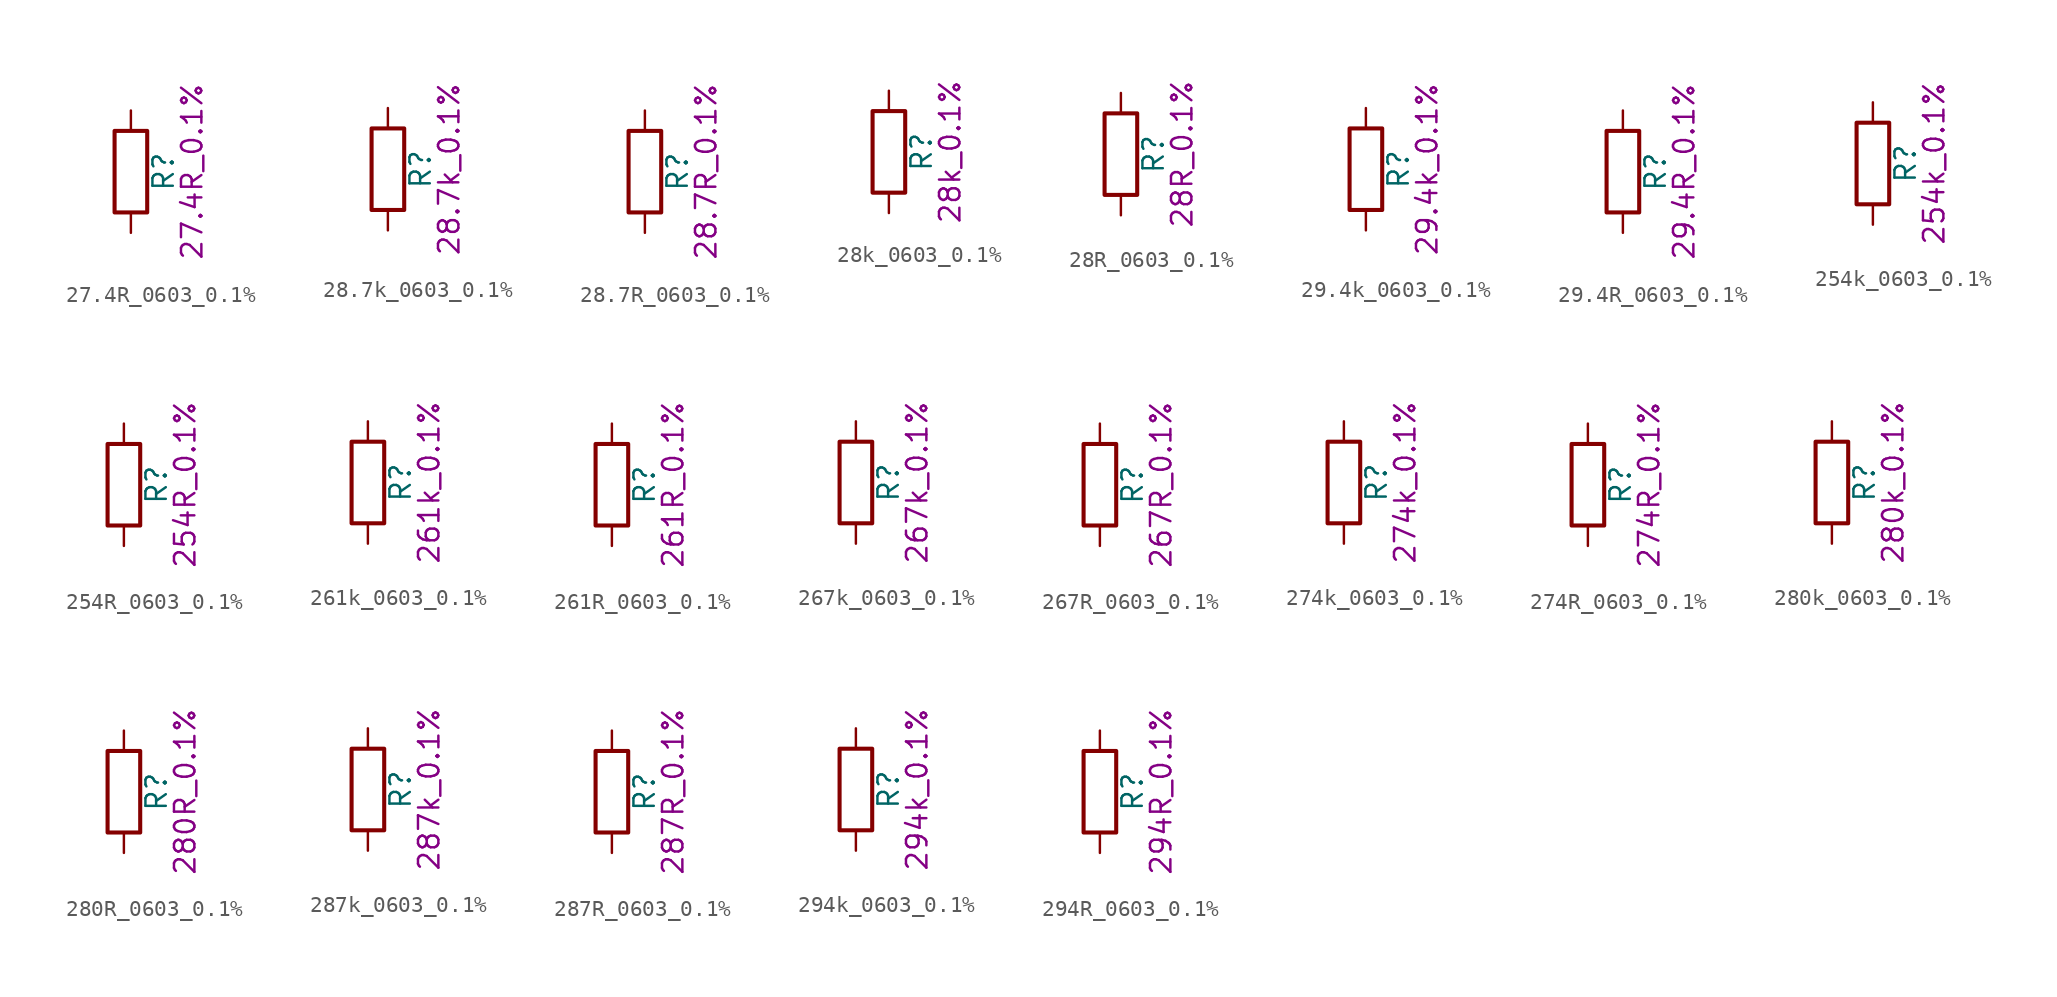
<source format=kicad_sym>
(kicad_symbol_lib
  (version 20211014)
  (generator kicad_symbol_editor)
  (symbol "27.4R_0603_0.1%"
    (pin_numbers hide)
    (pin_names
      (offset 0))
    (property "Reference" "R"
      (at 2.032 0 90)
      (effects (font (size 1.27 1.27))))
    (property "Display" "27.4R_0.1%"
      (at 3.81 0 90)
      (effects (font (size 1.27 1.27))))
    (symbol "27.4R_0603_0.1%_0_1"
      (rectangle (start -1.016 -2.54) (end 1.016 2.54) (stroke (width 0.254) (type default) (color 0 0 0 0)) (fill (type none))))
    (symbol "27.4R_0603_0.1%_1_1"
      (pin passive line (at 0 3.81 270) (length 1.27) (name "~" (effects (font (size 1.27 1.27)))) (number "1" (effects (font (size 1.27 1.27)))))
      (pin passive line (at 0 -3.81 90) (length 1.27) (name "~" (effects (font (size 1.27 1.27)))) (number "2" (effects (font (size 1.27 1.27)))))))
  (symbol "28.7k_0603_0.1%"
    (pin_numbers hide)
    (pin_names
      (offset 0))
    (property "Reference" "R"
      (at 2.032 0 90)
      (effects (font (size 1.27 1.27))))
    (property "Display" "28.7k_0.1%"
      (at 3.81 0 90)
      (effects (font (size 1.27 1.27))))
    (symbol "28.7k_0603_0.1%_0_1"
      (rectangle (start -1.016 -2.54) (end 1.016 2.54) (stroke (width 0.254) (type default) (color 0 0 0 0)) (fill (type none))))
    (symbol "28.7k_0603_0.1%_1_1"
      (pin passive line (at 0 3.81 270) (length 1.27) (name "~" (effects (font (size 1.27 1.27)))) (number "1" (effects (font (size 1.27 1.27)))))
      (pin passive line (at 0 -3.81 90) (length 1.27) (name "~" (effects (font (size 1.27 1.27)))) (number "2" (effects (font (size 1.27 1.27)))))))
  (symbol "28.7R_0603_0.1%"
    (pin_numbers hide)
    (pin_names
      (offset 0))
    (property "Reference" "R"
      (at 2.032 0 90)
      (effects (font (size 1.27 1.27))))
    (property "Display" "28.7R_0.1%"
      (at 3.81 0 90)
      (effects (font (size 1.27 1.27))))
    (symbol "28.7R_0603_0.1%_0_1"
      (rectangle (start -1.016 -2.54) (end 1.016 2.54) (stroke (width 0.254) (type default) (color 0 0 0 0)) (fill (type none))))
    (symbol "28.7R_0603_0.1%_1_1"
      (pin passive line (at 0 3.81 270) (length 1.27) (name "~" (effects (font (size 1.27 1.27)))) (number "1" (effects (font (size 1.27 1.27)))))
      (pin passive line (at 0 -3.81 90) (length 1.27) (name "~" (effects (font (size 1.27 1.27)))) (number "2" (effects (font (size 1.27 1.27)))))))
  (symbol "28k_0603_0.1%"
    (pin_numbers hide)
    (pin_names
      (offset 0))
    (property "Reference" "R"
      (at 2.032 0 90)
      (effects (font (size 1.27 1.27))))
    (property "Display" "28k_0.1%"
      (at 3.81 0 90)
      (effects (font (size 1.27 1.27))))
    (symbol "28k_0603_0.1%_0_1"
      (rectangle (start -1.016 -2.54) (end 1.016 2.54) (stroke (width 0.254) (type default) (color 0 0 0 0)) (fill (type none))))
    (symbol "28k_0603_0.1%_1_1"
      (pin passive line (at 0 3.81 270) (length 1.27) (name "~" (effects (font (size 1.27 1.27)))) (number "1" (effects (font (size 1.27 1.27)))))
      (pin passive line (at 0 -3.81 90) (length 1.27) (name "~" (effects (font (size 1.27 1.27)))) (number "2" (effects (font (size 1.27 1.27)))))))
  (symbol "28R_0603_0.1%"
    (pin_numbers hide)
    (pin_names
      (offset 0))
    (property "Reference" "R"
      (at 2.032 0 90)
      (effects (font (size 1.27 1.27))))
    (property "Display" "28R_0.1%"
      (at 3.81 0 90)
      (effects (font (size 1.27 1.27))))
    (symbol "28R_0603_0.1%_0_1"
      (rectangle (start -1.016 -2.54) (end 1.016 2.54) (stroke (width 0.254) (type default) (color 0 0 0 0)) (fill (type none))))
    (symbol "28R_0603_0.1%_1_1"
      (pin passive line (at 0 3.81 270) (length 1.27) (name "~" (effects (font (size 1.27 1.27)))) (number "1" (effects (font (size 1.27 1.27)))))
      (pin passive line (at 0 -3.81 90) (length 1.27) (name "~" (effects (font (size 1.27 1.27)))) (number "2" (effects (font (size 1.27 1.27)))))))
  (symbol "29.4k_0603_0.1%"
    (pin_numbers hide)
    (pin_names
      (offset 0))
    (property "Reference" "R"
      (at 2.032 0 90)
      (effects (font (size 1.27 1.27))))
    (property "Display" "29.4k_0.1%"
      (at 3.81 0 90)
      (effects (font (size 1.27 1.27))))
    (symbol "29.4k_0603_0.1%_0_1"
      (rectangle (start -1.016 -2.54) (end 1.016 2.54) (stroke (width 0.254) (type default) (color 0 0 0 0)) (fill (type none))))
    (symbol "29.4k_0603_0.1%_1_1"
      (pin passive line (at 0 3.81 270) (length 1.27) (name "~" (effects (font (size 1.27 1.27)))) (number "1" (effects (font (size 1.27 1.27)))))
      (pin passive line (at 0 -3.81 90) (length 1.27) (name "~" (effects (font (size 1.27 1.27)))) (number "2" (effects (font (size 1.27 1.27)))))))
  (symbol "29.4R_0603_0.1%"
    (pin_numbers hide)
    (pin_names
      (offset 0))
    (property "Reference" "R"
      (at 2.032 0 90)
      (effects (font (size 1.27 1.27))))
    (property "Display" "29.4R_0.1%"
      (at 3.81 0 90)
      (effects (font (size 1.27 1.27))))
    (symbol "29.4R_0603_0.1%_0_1"
      (rectangle (start -1.016 -2.54) (end 1.016 2.54) (stroke (width 0.254) (type default) (color 0 0 0 0)) (fill (type none))))
    (symbol "29.4R_0603_0.1%_1_1"
      (pin passive line (at 0 3.81 270) (length 1.27) (name "~" (effects (font (size 1.27 1.27)))) (number "1" (effects (font (size 1.27 1.27)))))
      (pin passive line (at 0 -3.81 90) (length 1.27) (name "~" (effects (font (size 1.27 1.27)))) (number "2" (effects (font (size 1.27 1.27)))))))
  (symbol "254k_0603_0.1%"
    (pin_numbers hide)
    (pin_names
      (offset 0))
    (property "Reference" "R"
      (at 2.032 0 90)
      (effects (font (size 1.27 1.27))))
    (property "Display" "254k_0.1%"
      (at 3.81 0 90)
      (effects (font (size 1.27 1.27))))
    (symbol "254k_0603_0.1%_0_1"
      (rectangle (start -1.016 -2.54) (end 1.016 2.54) (stroke (width 0.254) (type default) (color 0 0 0 0)) (fill (type none))))
    (symbol "254k_0603_0.1%_1_1"
      (pin passive line (at 0 3.81 270) (length 1.27) (name "~" (effects (font (size 1.27 1.27)))) (number "1" (effects (font (size 1.27 1.27)))))
      (pin passive line (at 0 -3.81 90) (length 1.27) (name "~" (effects (font (size 1.27 1.27)))) (number "2" (effects (font (size 1.27 1.27)))))))
  (symbol "254R_0603_0.1%"
    (pin_numbers hide)
    (pin_names
      (offset 0))
    (property "Reference" "R"
      (at 2.032 0 90)
      (effects (font (size 1.27 1.27))))
    (property "Display" "254R_0.1%"
      (at 3.81 0 90)
      (effects (font (size 1.27 1.27))))
    (symbol "254R_0603_0.1%_0_1"
      (rectangle (start -1.016 -2.54) (end 1.016 2.54) (stroke (width 0.254) (type default) (color 0 0 0 0)) (fill (type none))))
    (symbol "254R_0603_0.1%_1_1"
      (pin passive line (at 0 3.81 270) (length 1.27) (name "~" (effects (font (size 1.27 1.27)))) (number "1" (effects (font (size 1.27 1.27)))))
      (pin passive line (at 0 -3.81 90) (length 1.27) (name "~" (effects (font (size 1.27 1.27)))) (number "2" (effects (font (size 1.27 1.27)))))))
  (symbol "261k_0603_0.1%"
    (pin_numbers hide)
    (pin_names
      (offset 0))
    (property "Reference" "R"
      (at 2.032 0 90)
      (effects (font (size 1.27 1.27))))
    (property "Display" "261k_0.1%"
      (at 3.81 0 90)
      (effects (font (size 1.27 1.27))))
    (symbol "261k_0603_0.1%_0_1"
      (rectangle (start -1.016 -2.54) (end 1.016 2.54) (stroke (width 0.254) (type default) (color 0 0 0 0)) (fill (type none))))
    (symbol "261k_0603_0.1%_1_1"
      (pin passive line (at 0 3.81 270) (length 1.27) (name "~" (effects (font (size 1.27 1.27)))) (number "1" (effects (font (size 1.27 1.27)))))
      (pin passive line (at 0 -3.81 90) (length 1.27) (name "~" (effects (font (size 1.27 1.27)))) (number "2" (effects (font (size 1.27 1.27)))))))
  (symbol "261R_0603_0.1%"
    (pin_numbers hide)
    (pin_names
      (offset 0))
    (property "Reference" "R"
      (at 2.032 0 90)
      (effects (font (size 1.27 1.27))))
    (property "Display" "261R_0.1%"
      (at 3.81 0 90)
      (effects (font (size 1.27 1.27))))
    (symbol "261R_0603_0.1%_0_1"
      (rectangle (start -1.016 -2.54) (end 1.016 2.54) (stroke (width 0.254) (type default) (color 0 0 0 0)) (fill (type none))))
    (symbol "261R_0603_0.1%_1_1"
      (pin passive line (at 0 3.81 270) (length 1.27) (name "~" (effects (font (size 1.27 1.27)))) (number "1" (effects (font (size 1.27 1.27)))))
      (pin passive line (at 0 -3.81 90) (length 1.27) (name "~" (effects (font (size 1.27 1.27)))) (number "2" (effects (font (size 1.27 1.27)))))))
  (symbol "267k_0603_0.1%"
    (pin_numbers hide)
    (pin_names
      (offset 0))
    (property "Reference" "R"
      (at 2.032 0 90)
      (effects (font (size 1.27 1.27))))
    (property "Display" "267k_0.1%"
      (at 3.81 0 90)
      (effects (font (size 1.27 1.27))))
    (symbol "267k_0603_0.1%_0_1"
      (rectangle (start -1.016 -2.54) (end 1.016 2.54) (stroke (width 0.254) (type default) (color 0 0 0 0)) (fill (type none))))
    (symbol "267k_0603_0.1%_1_1"
      (pin passive line (at 0 3.81 270) (length 1.27) (name "~" (effects (font (size 1.27 1.27)))) (number "1" (effects (font (size 1.27 1.27)))))
      (pin passive line (at 0 -3.81 90) (length 1.27) (name "~" (effects (font (size 1.27 1.27)))) (number "2" (effects (font (size 1.27 1.27)))))))
  (symbol "267R_0603_0.1%"
    (pin_numbers hide)
    (pin_names
      (offset 0))
    (property "Reference" "R"
      (at 2.032 0 90)
      (effects (font (size 1.27 1.27))))
    (property "Display" "267R_0.1%"
      (at 3.81 0 90)
      (effects (font (size 1.27 1.27))))
    (symbol "267R_0603_0.1%_0_1"
      (rectangle (start -1.016 -2.54) (end 1.016 2.54) (stroke (width 0.254) (type default) (color 0 0 0 0)) (fill (type none))))
    (symbol "267R_0603_0.1%_1_1"
      (pin passive line (at 0 3.81 270) (length 1.27) (name "~" (effects (font (size 1.27 1.27)))) (number "1" (effects (font (size 1.27 1.27)))))
      (pin passive line (at 0 -3.81 90) (length 1.27) (name "~" (effects (font (size 1.27 1.27)))) (number "2" (effects (font (size 1.27 1.27)))))))
  (symbol "274k_0603_0.1%"
    (pin_numbers hide)
    (pin_names
      (offset 0))
    (property "Reference" "R"
      (at 2.032 0 90)
      (effects (font (size 1.27 1.27))))
    (property "Display" "274k_0.1%"
      (at 3.81 0 90)
      (effects (font (size 1.27 1.27))))
    (symbol "274k_0603_0.1%_0_1"
      (rectangle (start -1.016 -2.54) (end 1.016 2.54) (stroke (width 0.254) (type default) (color 0 0 0 0)) (fill (type none))))
    (symbol "274k_0603_0.1%_1_1"
      (pin passive line (at 0 3.81 270) (length 1.27) (name "~" (effects (font (size 1.27 1.27)))) (number "1" (effects (font (size 1.27 1.27)))))
      (pin passive line (at 0 -3.81 90) (length 1.27) (name "~" (effects (font (size 1.27 1.27)))) (number "2" (effects (font (size 1.27 1.27)))))))
  (symbol "274R_0603_0.1%"
    (pin_numbers hide)
    (pin_names
      (offset 0))
    (property "Reference" "R"
      (at 2.032 0 90)
      (effects (font (size 1.27 1.27))))
    (property "Display" "274R_0.1%"
      (at 3.81 0 90)
      (effects (font (size 1.27 1.27))))
    (symbol "274R_0603_0.1%_0_1"
      (rectangle (start -1.016 -2.54) (end 1.016 2.54) (stroke (width 0.254) (type default) (color 0 0 0 0)) (fill (type none))))
    (symbol "274R_0603_0.1%_1_1"
      (pin passive line (at 0 3.81 270) (length 1.27) (name "~" (effects (font (size 1.27 1.27)))) (number "1" (effects (font (size 1.27 1.27)))))
      (pin passive line (at 0 -3.81 90) (length 1.27) (name "~" (effects (font (size 1.27 1.27)))) (number "2" (effects (font (size 1.27 1.27)))))))
  (symbol "280k_0603_0.1%"
    (pin_numbers hide)
    (pin_names
      (offset 0))
    (property "Reference" "R"
      (at 2.032 0 90)
      (effects (font (size 1.27 1.27))))
    (property "Display" "280k_0.1%"
      (at 3.81 0 90)
      (effects (font (size 1.27 1.27))))
    (symbol "280k_0603_0.1%_0_1"
      (rectangle (start -1.016 -2.54) (end 1.016 2.54) (stroke (width 0.254) (type default) (color 0 0 0 0)) (fill (type none))))
    (symbol "280k_0603_0.1%_1_1"
      (pin passive line (at 0 3.81 270) (length 1.27) (name "~" (effects (font (size 1.27 1.27)))) (number "1" (effects (font (size 1.27 1.27)))))
      (pin passive line (at 0 -3.81 90) (length 1.27) (name "~" (effects (font (size 1.27 1.27)))) (number "2" (effects (font (size 1.27 1.27)))))))
  (symbol "280R_0603_0.1%"
    (pin_numbers hide)
    (pin_names
      (offset 0))
    (property "Reference" "R"
      (at 2.032 0 90)
      (effects (font (size 1.27 1.27))))
    (property "Display" "280R_0.1%"
      (at 3.81 0 90)
      (effects (font (size 1.27 1.27))))
    (symbol "280R_0603_0.1%_0_1"
      (rectangle (start -1.016 -2.54) (end 1.016 2.54) (stroke (width 0.254) (type default) (color 0 0 0 0)) (fill (type none))))
    (symbol "280R_0603_0.1%_1_1"
      (pin passive line (at 0 3.81 270) (length 1.27) (name "~" (effects (font (size 1.27 1.27)))) (number "1" (effects (font (size 1.27 1.27)))))
      (pin passive line (at 0 -3.81 90) (length 1.27) (name "~" (effects (font (size 1.27 1.27)))) (number "2" (effects (font (size 1.27 1.27)))))))
  (symbol "287k_0603_0.1%"
    (pin_numbers hide)
    (pin_names
      (offset 0))
    (property "Reference" "R"
      (at 2.032 0 90)
      (effects (font (size 1.27 1.27))))
    (property "Display" "287k_0.1%"
      (at 3.81 0 90)
      (effects (font (size 1.27 1.27))))
    (symbol "287k_0603_0.1%_0_1"
      (rectangle (start -1.016 -2.54) (end 1.016 2.54) (stroke (width 0.254) (type default) (color 0 0 0 0)) (fill (type none))))
    (symbol "287k_0603_0.1%_1_1"
      (pin passive line (at 0 3.81 270) (length 1.27) (name "~" (effects (font (size 1.27 1.27)))) (number "1" (effects (font (size 1.27 1.27)))))
      (pin passive line (at 0 -3.81 90) (length 1.27) (name "~" (effects (font (size 1.27 1.27)))) (number "2" (effects (font (size 1.27 1.27)))))))
  (symbol "287R_0603_0.1%"
    (pin_numbers hide)
    (pin_names
      (offset 0))
    (property "Reference" "R"
      (at 2.032 0 90)
      (effects (font (size 1.27 1.27))))
    (property "Display" "287R_0.1%"
      (at 3.81 0 90)
      (effects (font (size 1.27 1.27))))
    (symbol "287R_0603_0.1%_0_1"
      (rectangle (start -1.016 -2.54) (end 1.016 2.54) (stroke (width 0.254) (type default) (color 0 0 0 0)) (fill (type none))))
    (symbol "287R_0603_0.1%_1_1"
      (pin passive line (at 0 3.81 270) (length 1.27) (name "~" (effects (font (size 1.27 1.27)))) (number "1" (effects (font (size 1.27 1.27)))))
      (pin passive line (at 0 -3.81 90) (length 1.27) (name "~" (effects (font (size 1.27 1.27)))) (number "2" (effects (font (size 1.27 1.27)))))))
  (symbol "294k_0603_0.1%"
    (pin_numbers hide)
    (pin_names
      (offset 0))
    (property "Reference" "R"
      (at 2.032 0 90)
      (effects (font (size 1.27 1.27))))
    (property "Display" "294k_0.1%"
      (at 3.81 0 90)
      (effects (font (size 1.27 1.27))))
    (symbol "294k_0603_0.1%_0_1"
      (rectangle (start -1.016 -2.54) (end 1.016 2.54) (stroke (width 0.254) (type default) (color 0 0 0 0)) (fill (type none))))
    (symbol "294k_0603_0.1%_1_1"
      (pin passive line (at 0 3.81 270) (length 1.27) (name "~" (effects (font (size 1.27 1.27)))) (number "1" (effects (font (size 1.27 1.27)))))
      (pin passive line (at 0 -3.81 90) (length 1.27) (name "~" (effects (font (size 1.27 1.27)))) (number "2" (effects (font (size 1.27 1.27)))))))
  (symbol "294R_0603_0.1%"
    (pin_numbers hide)
    (pin_names
      (offset 0))
    (property "Reference" "R"
      (at 2.032 0 90)
      (effects (font (size 1.27 1.27))))
    (property "Display" "294R_0.1%"
      (at 3.81 0 90)
      (effects (font (size 1.27 1.27))))
    (symbol "294R_0603_0.1%_0_1"
      (rectangle (start -1.016 -2.54) (end 1.016 2.54) (stroke (width 0.254) (type default) (color 0 0 0 0)) (fill (type none))))
    (symbol "294R_0603_0.1%_1_1"
      (pin passive line (at 0 3.81 270) (length 1.27) (name "~" (effects (font (size 1.27 1.27)))) (number "1" (effects (font (size 1.27 1.27)))))
      (pin passive line (at 0 -3.81 90) (length 1.27) (name "~" (effects (font (size 1.27 1.27)))) (number "2" (effects (font (size 1.27 1.27))))))))
</source>
